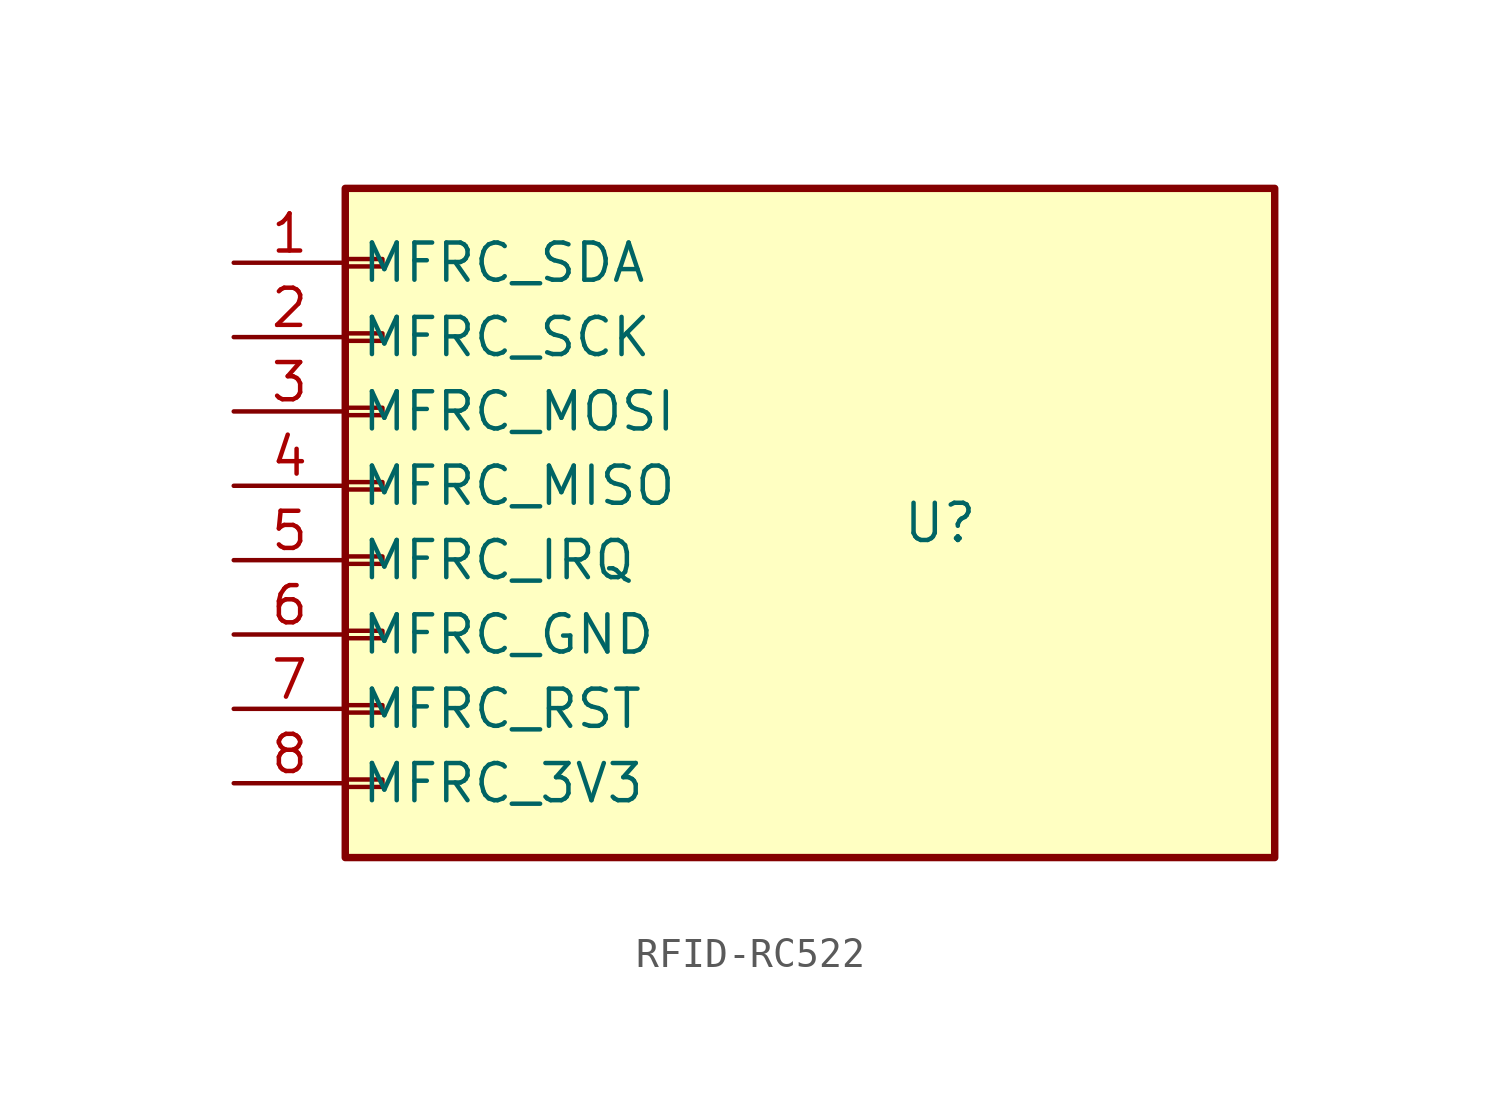
<source format=kicad_sym>
(kicad_symbol_lib
  (version 20220914)
  (generator kicad_symbol_editor)
  (symbol "RFID-RC522"
    (property "Reference" "U"
      (at 5.08 0 0)
      (effects (font (size 1.27 1.27))))
    (property "Value" ""
      (at -13.97 0 0)
      (effects (font (size 1.27 1.27))))
    (symbol "RFID-RC522_1_1"
      (rectangle (start -15.24 -8.763) (end -13.97 -9.017) (stroke (width 0.152) (type default)) (fill (type none)))
      (rectangle (start -15.24 -6.223) (end -13.97 -6.477) (stroke (width 0.152) (type default)) (fill (type none)))
      (rectangle (start -15.24 -3.683) (end -13.97 -3.937) (stroke (width 0.152) (type default)) (fill (type none)))
      (rectangle (start -15.24 -1.143) (end -13.97 -1.397) (stroke (width 0.152) (type default)) (fill (type none)))
      (rectangle (start -15.24 1.397) (end -13.97 1.143) (stroke (width 0.152) (type default)) (fill (type none)))
      (rectangle (start -15.24 3.937) (end -13.97 3.683) (stroke (width 0.152) (type default)) (fill (type none)))
      (rectangle (start -15.24 6.477) (end -13.97 6.223) (stroke (width 0.152) (type default)) (fill (type none)))
      (rectangle (start -15.24 9.017) (end -13.97 8.763) (stroke (width 0.152) (type default)) (fill (type none)))
      (rectangle (start -15.24 11.43) (end 16.51 -11.43) (stroke (width 0.254) (type default)) (fill (type background)))
      (pin passive line (at -19.05 8.89 0) (length 3.81) (name "MFRC_SDA" (effects (font (size 1.27 1.27)))) (number "1" (effects (font (size 1.27 1.27)))))
      (pin passive line (at -19.05 6.35 0) (length 3.81) (name "MFRC_SCK" (effects (font (size 1.27 1.27)))) (number "2" (effects (font (size 1.27 1.27)))))
      (pin passive line (at -19.05 3.81 0) (length 3.81) (name "MFRC_MOSI" (effects (font (size 1.27 1.27)))) (number "3" (effects (font (size 1.27 1.27)))))
      (pin passive line (at -19.05 1.27 0) (length 3.81) (name "MFRC_MISO" (effects (font (size 1.27 1.27)))) (number "4" (effects (font (size 1.27 1.27)))))
      (pin passive line (at -19.05 -1.27 0) (length 3.81) (name "MFRC_IRQ" (effects (font (size 1.27 1.27)))) (number "5" (effects (font (size 1.27 1.27)))))
      (pin passive line (at -19.05 -3.81 0) (length 3.81) (name "MFRC_GND" (effects (font (size 1.27 1.27)))) (number "6" (effects (font (size 1.27 1.27)))))
      (pin passive line (at -19.05 -6.35 0) (length 3.81) (name "MFRC_RST" (effects (font (size 1.27 1.27)))) (number "7" (effects (font (size 1.27 1.27)))))
      (pin passive line (at -19.05 -8.89 0) (length 3.81) (name "MFRC_3V3" (effects (font (size 1.27 1.27)))) (number "8" (effects (font (size 1.27 1.27))))))))
</source>
